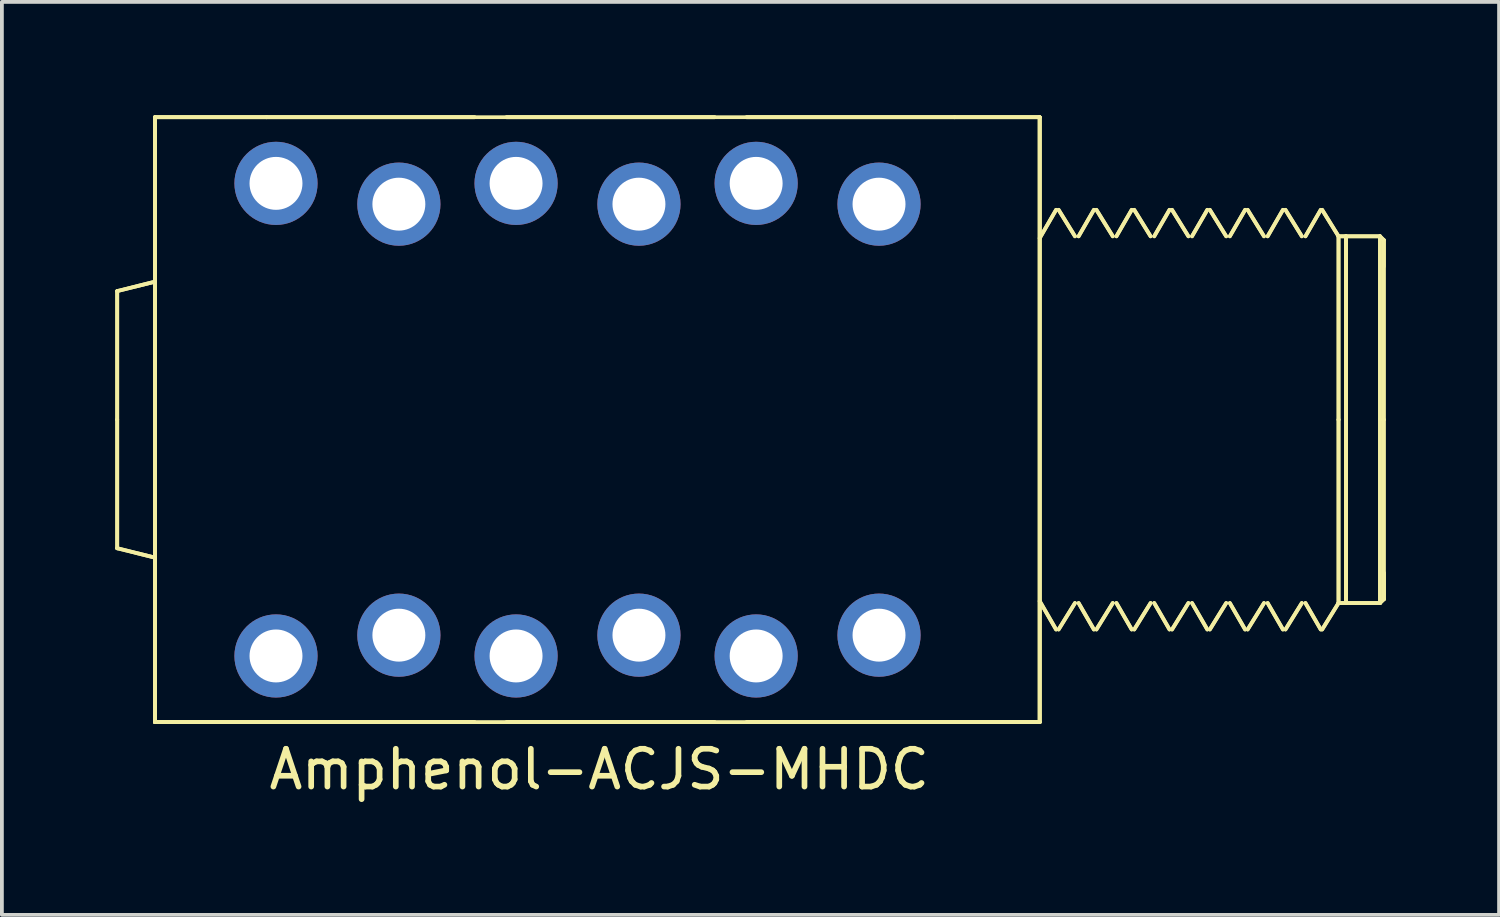
<source format=kicad_pcb>
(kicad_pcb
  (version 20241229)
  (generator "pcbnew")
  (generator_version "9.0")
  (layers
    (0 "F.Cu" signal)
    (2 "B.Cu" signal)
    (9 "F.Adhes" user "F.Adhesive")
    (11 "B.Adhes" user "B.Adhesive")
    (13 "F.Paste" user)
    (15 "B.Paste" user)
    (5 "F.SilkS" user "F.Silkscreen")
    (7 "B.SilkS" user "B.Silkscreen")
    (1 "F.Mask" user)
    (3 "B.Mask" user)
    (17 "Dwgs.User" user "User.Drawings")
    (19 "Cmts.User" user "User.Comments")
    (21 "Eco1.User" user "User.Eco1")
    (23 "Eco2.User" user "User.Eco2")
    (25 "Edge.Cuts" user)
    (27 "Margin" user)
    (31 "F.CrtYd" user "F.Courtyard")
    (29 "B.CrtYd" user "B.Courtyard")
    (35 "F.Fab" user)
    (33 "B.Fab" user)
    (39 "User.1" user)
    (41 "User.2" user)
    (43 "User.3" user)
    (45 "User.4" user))
  (footprint "Amphenol-ACJS-MHDC"
    (layer "F.Cu")
    (at 16.3 8.05)
    (property "Reference" "Amphenol-ACJS-MHDC" (at -3.5 9.25 0) (layer "F.SilkS") (effects (font (size 1 1) (thickness 0.15))))
    (attr through_hole)
    (fp_line (start -16.25 -3.401) (end -16.25 0) (stroke (width 0.1) (type solid)) (layer "F.SilkS"))
    (fp_line (start -16.25 -3.401) (end -16.25 0) (stroke (width 0.1) (type solid)) (layer "F.SilkS"))
    (fp_line (start -16.25 0) (end -16.25 3.401) (stroke (width 0.1) (type solid)) (layer "F.SilkS"))
    (fp_line (start -16.25 0) (end -16.25 3.401) (stroke (width 0.1) (type solid)) (layer "F.SilkS"))
    (fp_line (start -16.25 3.401) (end -15.25 3.65) (stroke (width 0.1) (type solid)) (layer "F.SilkS"))
    (fp_line (start -16.25 3.401) (end -15.25 3.65) (stroke (width 0.1) (type solid)) (layer "F.SilkS"))
    (fp_line (start -15.25 -8) (end -12.3 -8) (stroke (width 0.1) (type solid)) (layer "F.SilkS"))
    (fp_line (start -15.25 -8) (end -12.3 -8) (stroke (width 0.1) (type solid)) (layer "F.SilkS"))
    (fp_line (start -15.25 -8) (end 8.15 -8) (stroke (width 0.1) (type solid)) (layer "F.SilkS"))
    (fp_line (start -15.25 -3.65) (end -16.25 -3.401) (stroke (width 0.1) (type solid)) (layer "F.SilkS"))
    (fp_line (start -15.25 -3.65) (end -16.25 -3.401) (stroke (width 0.1) (type solid)) (layer "F.SilkS"))
    (fp_line (start -15.25 8) (end -15.25 -8) (stroke (width 0.1) (type solid)) (layer "F.SilkS"))
    (fp_line (start -15.25 8) (end -15.25 -8) (stroke (width 0.1) (type solid)) (layer "F.SilkS"))
    (fp_line (start -15.25 8) (end -15.25 -8) (stroke (width 0.1) (type solid)) (layer "F.SilkS"))
    (fp_line (start -12.3 -8) (end -6.8 -8) (stroke (width 0.1) (type solid)) (layer "F.SilkS"))
    (fp_line (start -12.3 -8) (end -6.8 -8) (stroke (width 0.1) (type solid)) (layer "F.SilkS"))
    (fp_line (start -12.3 8) (end -15.25 8) (stroke (width 0.1) (type solid)) (layer "F.SilkS"))
    (fp_line (start -12.3 8) (end -15.25 8) (stroke (width 0.1) (type solid)) (layer "F.SilkS"))
    (fp_line (start -6.8 8) (end -12.3 8) (stroke (width 0.1) (type solid)) (layer "F.SilkS"))
    (fp_line (start -6.8 8) (end -12.3 8) (stroke (width 0.1) (type solid)) (layer "F.SilkS"))
    (fp_line (start -5.95 -8) (end -0.45 -8) (stroke (width 0.1) (type solid)) (layer "F.SilkS"))
    (fp_line (start -5.95 -8) (end -0.45 -8) (stroke (width 0.1) (type solid)) (layer "F.SilkS"))
    (fp_line (start -0.45 8) (end -5.95 8) (stroke (width 0.1) (type solid)) (layer "F.SilkS"))
    (fp_line (start -0.45 8) (end -5.95 8) (stroke (width 0.1) (type solid)) (layer "F.SilkS"))
    (fp_line (start 0.4 -8) (end 5.9 -8) (stroke (width 0.1) (type solid)) (layer "F.SilkS"))
    (fp_line (start 0.4 -8) (end 5.9 -8) (stroke (width 0.1) (type solid)) (layer "F.SilkS"))
    (fp_line (start 5.9 -8) (end 8.15 -8) (stroke (width 0.1) (type solid)) (layer "F.SilkS"))
    (fp_line (start 5.9 -8) (end 8.15 -8) (stroke (width 0.1) (type solid)) (layer "F.SilkS"))
    (fp_line (start 5.9 8) (end 0.4 8) (stroke (width 0.1) (type solid)) (layer "F.SilkS"))
    (fp_line (start 5.9 8) (end 0.4 8) (stroke (width 0.1) (type solid)) (layer "F.SilkS"))
    (fp_line (start 8.15 -8) (end 8.15 8) (stroke (width 0.1) (type solid)) (layer "F.SilkS"))
    (fp_line (start 8.15 -8) (end 8.15 8) (stroke (width 0.1) (type solid)) (layer "F.SilkS"))
    (fp_line (start 8.15 -8) (end 8.15 8) (stroke (width 0.1) (type solid)) (layer "F.SilkS"))
    (fp_line (start 8.15 -4.8) (end 8.583 -5.55) (stroke (width 0.1) (type solid)) (layer "F.SilkS"))
    (fp_line (start 8.15 -4.8) (end 8.583 -5.55) (stroke (width 0.1) (type solid)) (layer "F.SilkS"))
    (fp_line (start 8.15 8) (end -15.25 8) (stroke (width 0.1) (type solid)) (layer "F.SilkS"))
    (fp_line (start 8.15 8) (end 5.9 8) (stroke (width 0.1) (type solid)) (layer "F.SilkS"))
    (fp_line (start 8.15 8) (end 5.9 8) (stroke (width 0.1) (type solid)) (layer "F.SilkS"))
    (fp_line (start 8.583 5.55) (end 8.15 4.8) (stroke (width 0.1) (type solid)) (layer "F.SilkS"))
    (fp_line (start 8.583 5.55) (end 8.15 4.8) (stroke (width 0.1) (type solid)) (layer "F.SilkS"))
    (fp_line (start 8.65 -5.55) (end 9.083 -4.85) (stroke (width 0.1) (type solid)) (layer "F.SilkS"))
    (fp_line (start 8.65 -5.55) (end 9.083 -4.85) (stroke (width 0.1) (type solid)) (layer "F.SilkS"))
    (fp_line (start 9.083 4.85) (end 8.65 5.55) (stroke (width 0.1) (type solid)) (layer "F.SilkS"))
    (fp_line (start 9.083 4.85) (end 8.65 5.55) (stroke (width 0.1) (type solid)) (layer "F.SilkS"))
    (fp_line (start 9.179 -4.85) (end 9.583 -5.55) (stroke (width 0.1) (type solid)) (layer "F.SilkS"))
    (fp_line (start 9.179 -4.85) (end 9.583 -5.55) (stroke (width 0.1) (type solid)) (layer "F.SilkS"))
    (fp_line (start 9.583 5.55) (end 9.179 4.85) (stroke (width 0.1) (type solid)) (layer "F.SilkS"))
    (fp_line (start 9.583 5.55) (end 9.179 4.85) (stroke (width 0.1) (type solid)) (layer "F.SilkS"))
    (fp_line (start 9.65 -5.55) (end 10.083 -4.85) (stroke (width 0.1) (type solid)) (layer "F.SilkS"))
    (fp_line (start 9.65 -5.55) (end 10.083 -4.85) (stroke (width 0.1) (type solid)) (layer "F.SilkS"))
    (fp_line (start 10.083 4.85) (end 9.65 5.55) (stroke (width 0.1) (type solid)) (layer "F.SilkS"))
    (fp_line (start 10.083 4.85) (end 9.65 5.55) (stroke (width 0.1) (type solid)) (layer "F.SilkS"))
    (fp_line (start 10.179 -4.85) (end 10.583 -5.55) (stroke (width 0.1) (type solid)) (layer "F.SilkS"))
    (fp_line (start 10.179 -4.85) (end 10.583 -5.55) (stroke (width 0.1) (type solid)) (layer "F.SilkS"))
    (fp_line (start 10.583 5.55) (end 10.179 4.85) (stroke (width 0.1) (type solid)) (layer "F.SilkS"))
    (fp_line (start 10.583 5.55) (end 10.179 4.85) (stroke (width 0.1) (type solid)) (layer "F.SilkS"))
    (fp_line (start 10.65 -5.55) (end 11.083 -4.85) (stroke (width 0.1) (type solid)) (layer "F.SilkS"))
    (fp_line (start 10.65 -5.55) (end 11.083 -4.85) (stroke (width 0.1) (type solid)) (layer "F.SilkS"))
    (fp_line (start 11.083 4.85) (end 10.65 5.55) (stroke (width 0.1) (type solid)) (layer "F.SilkS"))
    (fp_line (start 11.083 4.85) (end 10.65 5.55) (stroke (width 0.1) (type solid)) (layer "F.SilkS"))
    (fp_line (start 11.179 -4.85) (end 11.583 -5.55) (stroke (width 0.1) (type solid)) (layer "F.SilkS"))
    (fp_line (start 11.179 -4.85) (end 11.583 -5.55) (stroke (width 0.1) (type solid)) (layer "F.SilkS"))
    (fp_line (start 11.583 5.55) (end 11.179 4.85) (stroke (width 0.1) (type solid)) (layer "F.SilkS"))
    (fp_line (start 11.583 5.55) (end 11.179 4.85) (stroke (width 0.1) (type solid)) (layer "F.SilkS"))
    (fp_line (start 11.65 -5.55) (end 12.083 -4.85) (stroke (width 0.1) (type solid)) (layer "F.SilkS"))
    (fp_line (start 11.65 -5.55) (end 12.083 -4.85) (stroke (width 0.1) (type solid)) (layer "F.SilkS"))
    (fp_line (start 12.083 4.85) (end 11.65 5.55) (stroke (width 0.1) (type solid)) (layer "F.SilkS"))
    (fp_line (start 12.083 4.85) (end 11.65 5.55) (stroke (width 0.1) (type solid)) (layer "F.SilkS"))
    (fp_line (start 12.179 -4.85) (end 12.583 -5.55) (stroke (width 0.1) (type solid)) (layer "F.SilkS"))
    (fp_line (start 12.179 -4.85) (end 12.583 -5.55) (stroke (width 0.1) (type solid)) (layer "F.SilkS"))
    (fp_line (start 12.583 5.55) (end 12.179 4.85) (stroke (width 0.1) (type solid)) (layer "F.SilkS"))
    (fp_line (start 12.583 5.55) (end 12.179 4.85) (stroke (width 0.1) (type solid)) (layer "F.SilkS"))
    (fp_line (start 12.65 -5.55) (end 13.083 -4.85) (stroke (width 0.1) (type solid)) (layer "F.SilkS"))
    (fp_line (start 12.65 -5.55) (end 13.083 -4.85) (stroke (width 0.1) (type solid)) (layer "F.SilkS"))
    (fp_line (start 13.083 4.85) (end 12.65 5.55) (stroke (width 0.1) (type solid)) (layer "F.SilkS"))
    (fp_line (start 13.083 4.85) (end 12.65 5.55) (stroke (width 0.1) (type solid)) (layer "F.SilkS"))
    (fp_line (start 13.179 -4.85) (end 13.583 -5.55) (stroke (width 0.1) (type solid)) (layer "F.SilkS"))
    (fp_line (start 13.179 -4.85) (end 13.583 -5.55) (stroke (width 0.1) (type solid)) (layer "F.SilkS"))
    (fp_line (start 13.583 5.55) (end 13.179 4.85) (stroke (width 0.1) (type solid)) (layer "F.SilkS"))
    (fp_line (start 13.583 5.55) (end 13.179 4.85) (stroke (width 0.1) (type solid)) (layer "F.SilkS"))
    (fp_line (start 13.65 -5.55) (end 14.083 -4.85) (stroke (width 0.1) (type solid)) (layer "F.SilkS"))
    (fp_line (start 13.65 -5.55) (end 14.083 -4.85) (stroke (width 0.1) (type solid)) (layer "F.SilkS"))
    (fp_line (start 14.083 4.85) (end 13.65 5.55) (stroke (width 0.1) (type solid)) (layer "F.SilkS"))
    (fp_line (start 14.083 4.85) (end 13.65 5.55) (stroke (width 0.1) (type solid)) (layer "F.SilkS"))
    (fp_line (start 14.179 -4.85) (end 14.583 -5.55) (stroke (width 0.1) (type solid)) (layer "F.SilkS"))
    (fp_line (start 14.179 -4.85) (end 14.583 -5.55) (stroke (width 0.1) (type solid)) (layer "F.SilkS"))
    (fp_line (start 14.583 5.55) (end 14.179 4.85) (stroke (width 0.1) (type solid)) (layer "F.SilkS"))
    (fp_line (start 14.583 5.55) (end 14.179 4.85) (stroke (width 0.1) (type solid)) (layer "F.SilkS"))
    (fp_line (start 14.65 -5.55) (end 15.083 -4.85) (stroke (width 0.1) (type solid)) (layer "F.SilkS"))
    (fp_line (start 14.65 -5.55) (end 15.083 -4.85) (stroke (width 0.1) (type solid)) (layer "F.SilkS"))
    (fp_line (start 15.083 4.85) (end 14.65 5.55) (stroke (width 0.1) (type solid)) (layer "F.SilkS"))
    (fp_line (start 15.083 4.85) (end 14.65 5.55) (stroke (width 0.1) (type solid)) (layer "F.SilkS"))
    (fp_line (start 15.179 -4.85) (end 15.583 -5.55) (stroke (width 0.1) (type solid)) (layer "F.SilkS"))
    (fp_line (start 15.179 -4.85) (end 15.583 -5.55) (stroke (width 0.1) (type solid)) (layer "F.SilkS"))
    (fp_line (start 15.583 5.55) (end 15.179 4.85) (stroke (width 0.1) (type solid)) (layer "F.SilkS"))
    (fp_line (start 15.583 5.55) (end 15.179 4.85) (stroke (width 0.1) (type solid)) (layer "F.SilkS"))
    (fp_line (start 15.621 -5.55) (end 16.054 -4.85) (stroke (width 0.1) (type solid)) (layer "F.SilkS"))
    (fp_line (start 15.621 -5.55) (end 16.054 -4.85) (stroke (width 0.1) (type solid)) (layer "F.SilkS"))
    (fp_line (start 16.054 -4.85) (end 16.054 0) (stroke (width 0.1) (type solid)) (layer "F.SilkS"))
    (fp_line (start 16.054 -4.85) (end 16.054 0) (stroke (width 0.1) (type solid)) (layer "F.SilkS"))
    (fp_line (start 16.054 -4.85) (end 16.25 -4.85) (stroke (width 0.1) (type solid)) (layer "F.SilkS"))
    (fp_line (start 16.054 -4.85) (end 16.25 -4.85) (stroke (width 0.1) (type solid)) (layer "F.SilkS"))
    (fp_line (start 16.054 0) (end 16.054 4.85) (stroke (width 0.1) (type solid)) (layer "F.SilkS"))
    (fp_line (start 16.054 0) (end 16.054 4.85) (stroke (width 0.1) (type solid)) (layer "F.SilkS"))
    (fp_line (start 16.054 4.85) (end 15.621 5.55) (stroke (width 0.1) (type solid)) (layer "F.SilkS"))
    (fp_line (start 16.054 4.85) (end 15.621 5.55) (stroke (width 0.1) (type solid)) (layer "F.SilkS"))
    (fp_line (start 16.25 -4.85) (end 16.25 0) (stroke (width 0.1) (type solid)) (layer "F.SilkS"))
    (fp_line (start 16.25 -4.85) (end 16.25 0) (stroke (width 0.1) (type solid)) (layer "F.SilkS"))
    (fp_line (start 16.25 -4.85) (end 16.25 0) (stroke (width 0.1) (type solid)) (layer "F.SilkS"))
    (fp_line (start 16.25 -4.85) (end 16.25 0) (stroke (width 0.1) (type solid)) (layer "F.SilkS"))
    (fp_line (start 16.25 -4.85) (end 17.15 -4.85) (stroke (width 0.1) (type solid)) (layer "F.SilkS"))
    (fp_line (start 16.25 -4.85) (end 17.15 -4.85) (stroke (width 0.1) (type solid)) (layer "F.SilkS"))
    (fp_line (start 16.25 0) (end 16.25 4.85) (stroke (width 0.1) (type solid)) (layer "F.SilkS"))
    (fp_line (start 16.25 0) (end 16.25 4.85) (stroke (width 0.1) (type solid)) (layer "F.SilkS"))
    (fp_line (start 16.25 0) (end 16.25 4.85) (stroke (width 0.1) (type solid)) (layer "F.SilkS"))
    (fp_line (start 16.25 0) (end 16.25 4.85) (stroke (width 0.1) (type solid)) (layer "F.SilkS"))
    (fp_line (start 16.25 4.85) (end 16.054 4.85) (stroke (width 0.1) (type solid)) (layer "F.SilkS"))
    (fp_line (start 16.25 4.85) (end 16.054 4.85) (stroke (width 0.1) (type solid)) (layer "F.SilkS"))
    (fp_line (start 17.15 -4.85) (end 17.15 0) (stroke (width 0.1) (type solid)) (layer "F.SilkS"))
    (fp_line (start 17.15 -4.85) (end 17.15 0) (stroke (width 0.1) (type solid)) (layer "F.SilkS"))
    (fp_line (start 17.15 -4.85) (end 17.25 -4.75) (stroke (width 0.1) (type solid)) (layer "F.SilkS"))
    (fp_line (start 17.15 -4.85) (end 17.25 -4.75) (stroke (width 0.1) (type solid)) (layer "F.SilkS"))
    (fp_line (start 17.15 0) (end 17.15 4.85) (stroke (width 0.1) (type solid)) (layer "F.SilkS"))
    (fp_line (start 17.15 0) (end 17.15 4.85) (stroke (width 0.1) (type solid)) (layer "F.SilkS"))
    (fp_line (start 17.15 4.85) (end 16.25 4.85) (stroke (width 0.1) (type solid)) (layer "F.SilkS"))
    (fp_line (start 17.15 4.85) (end 16.25 4.85) (stroke (width 0.1) (type solid)) (layer "F.SilkS"))
    (fp_line (start 17.15 4.85) (end 17.25 4.75) (stroke (width 0.1) (type solid)) (layer "F.SilkS"))
    (fp_line (start 17.15 4.85) (end 17.25 4.75) (stroke (width 0.1) (type solid)) (layer "F.SilkS"))
    (fp_line (start 17.25 -4.75) (end 17.25 -4.05) (stroke (width 0.1) (type solid)) (layer "F.SilkS"))
    (fp_line (start 17.25 0) (end 17.25 -4.75) (stroke (width 0.1) (type solid)) (layer "F.SilkS"))
    (fp_line (start 17.25 0) (end 17.25 -4.75) (stroke (width 0.1) (type solid)) (layer "F.SilkS"))
    (fp_line (start 17.25 4.05) (end 17.25 4.75) (stroke (width 0.1) (type solid)) (layer "F.SilkS"))
    (fp_line (start 17.25 4.05) (end 17.25 4.75) (stroke (width 0.1) (type solid)) (layer "F.SilkS"))
    (fp_line (start 17.25 4.75) (end 17.25 0) (stroke (width 0.1) (type solid)) (layer "F.SilkS"))
    (fp_line (start 17.25 4.75) (end 17.25 0) (stroke (width 0.1) (type solid)) (layer "F.SilkS"))
    (pad "R1" thru_hole circle (at -2.45 -5.7) (size 2.2 2.2) (drill 1.4) (layers "*.Cu" "*.Mask"))
    (pad "R2" thru_hole circle (at -5.7 -6.25) (size 2.2 2.2) (drill 1.4) (layers "*.Cu" "*.Mask"))
    (pad "RS1" thru_hole circle (at -2.45 5.7) (size 2.2 2.2) (drill 1.4) (layers "*.Cu" "*.Mask"))
    (pad "RS2" thru_hole circle (at -5.7 6.25) (size 2.2 2.2) (drill 1.4) (layers "*.Cu" "*.Mask"))
    (pad "S1" thru_hole circle (at 3.9 -5.7) (size 2.2 2.2) (drill 1.4) (layers "*.Cu" "*.Mask"))
    (pad "S2" thru_hole circle (at 0.65 -6.25) (size 2.2 2.2) (drill 1.4) (layers "*.Cu" "*.Mask"))
    (pad "SS1" thru_hole circle (at 3.9 5.7) (size 2.2 2.2) (drill 1.4) (layers "*.Cu" "*.Mask"))
    (pad "SS2" thru_hole circle (at 0.65 6.25) (size 2.2 2.2) (drill 1.4) (layers "*.Cu" "*.Mask"))
    (pad "T1" thru_hole circle (at -8.8 -5.7) (size 2.2 2.2) (drill 1.4) (layers "*.Cu" "*.Mask"))
    (pad "T2" thru_hole circle (at -12.05 -6.25) (size 2.2 2.2) (drill 1.4) (layers "*.Cu" "*.Mask"))
    (pad "TS1" thru_hole circle (at -8.8 5.7) (size 2.2 2.2) (drill 1.4) (layers "*.Cu" "*.Mask"))
    (pad "TS2" thru_hole circle (at -12.05 6.25) (size 2.2 2.2) (drill 1.4) (layers "*.Cu" "*.Mask")))
  (gr_rect
    (start -3 -3)
    (end 36.6 21.148)
    (stroke (width 0.1) (type default))
    (fill no)
    (layer "Edge.Cuts")))
</source>
